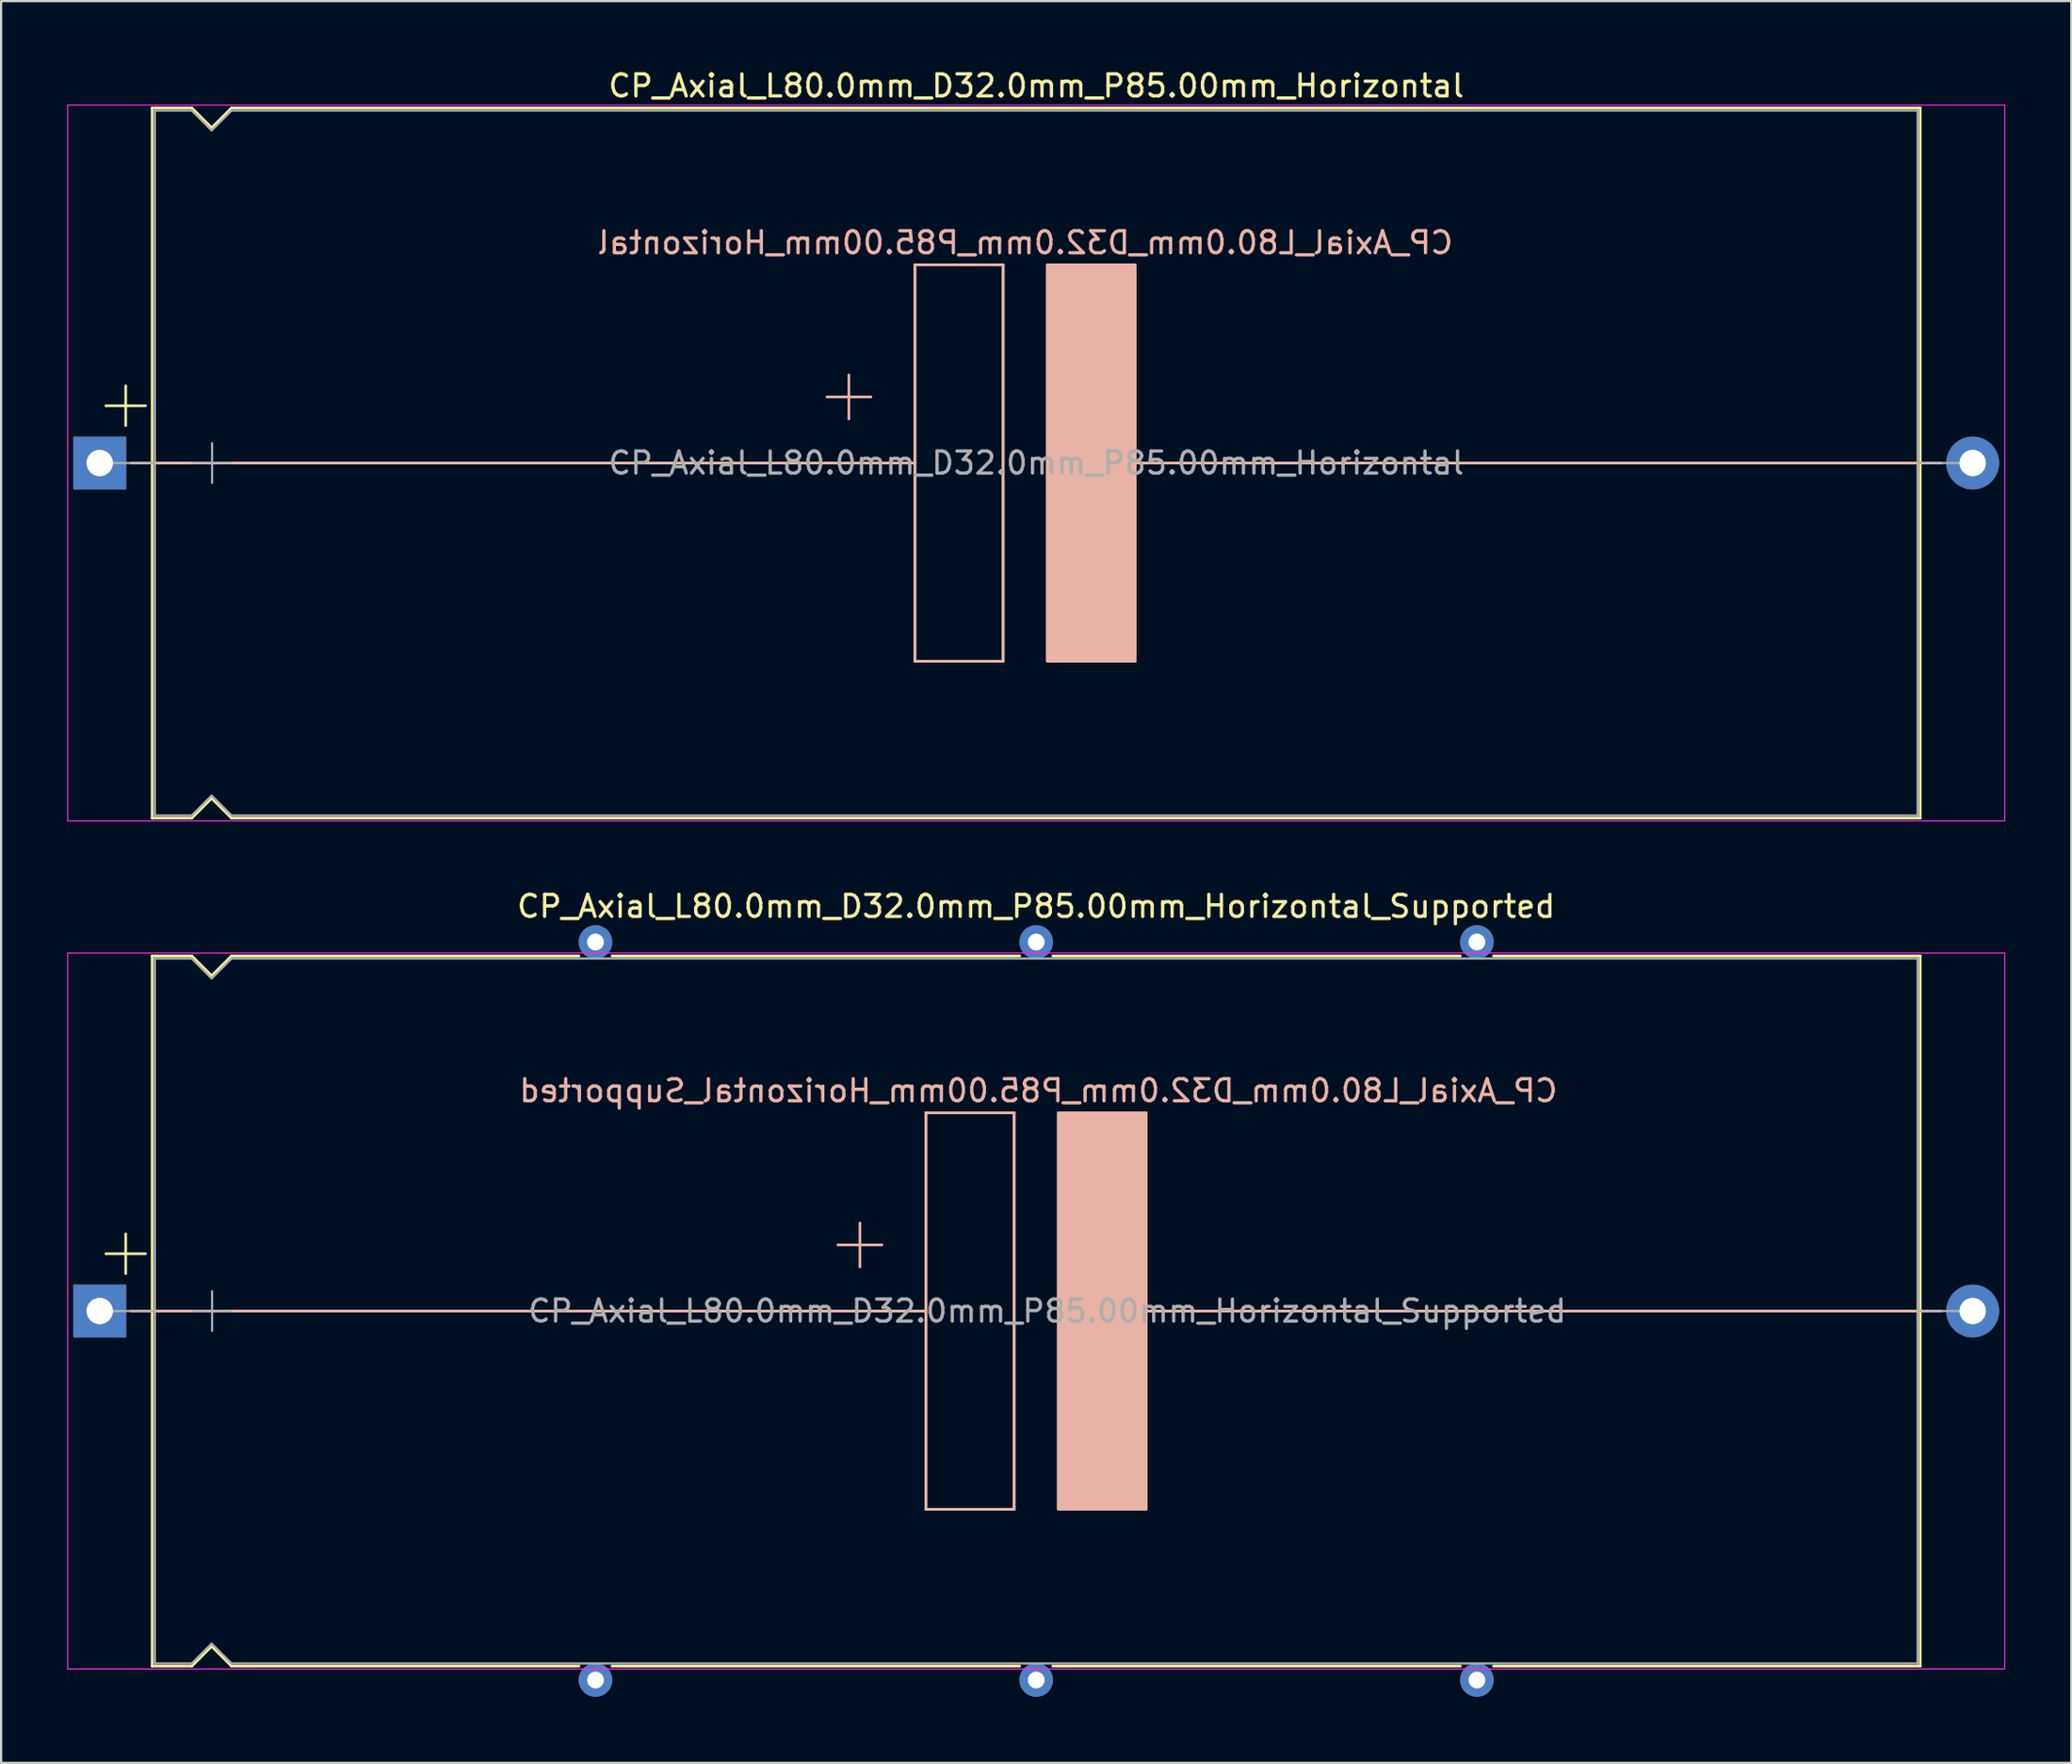
<source format=kicad_pcb>
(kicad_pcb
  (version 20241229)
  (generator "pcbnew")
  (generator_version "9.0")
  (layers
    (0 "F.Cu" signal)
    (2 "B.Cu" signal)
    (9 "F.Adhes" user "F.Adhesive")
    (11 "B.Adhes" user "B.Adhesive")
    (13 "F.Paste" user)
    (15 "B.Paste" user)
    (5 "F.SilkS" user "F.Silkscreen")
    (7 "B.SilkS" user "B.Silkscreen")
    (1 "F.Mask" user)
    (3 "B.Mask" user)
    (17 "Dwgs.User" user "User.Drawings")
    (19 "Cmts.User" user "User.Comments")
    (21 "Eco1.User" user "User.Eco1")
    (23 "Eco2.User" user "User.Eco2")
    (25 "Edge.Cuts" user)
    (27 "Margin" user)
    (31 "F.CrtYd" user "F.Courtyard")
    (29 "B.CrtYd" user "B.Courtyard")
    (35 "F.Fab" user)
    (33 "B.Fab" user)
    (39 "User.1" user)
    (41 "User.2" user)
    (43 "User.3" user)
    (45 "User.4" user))
  (footprint "CP_Axial_L80.0mm_D32.0mm_P85.00mm_Horizontal_Supported"
    (layer "F.Cu")
    (at 1.475 56.462)
    (property "Reference" "CP_Axial_L80.0mm_D32.0mm_P85.00mm_Horizontal_Supported" (at 42.5 -18.37 0) (layer "F.SilkS") (effects (font (size 1 1) (thickness 0.15))))
    (fp_line (start 0.28 -2.6) (end 2.08 -2.6) (stroke (width 0.12) (type solid)) (layer "F.SilkS"))
    (fp_line (start 1.18 -3.5) (end 1.18 -1.7) (stroke (width 0.12) (type solid)) (layer "F.SilkS"))
    (fp_line (start 1.44 0) (end 2.38 0) (stroke (width 0.12) (type solid)) (layer "F.SilkS"))
    (fp_line (start 2.38 -16.12) (end 2.38 16.12) (stroke (width 0.12) (type solid)) (layer "F.SilkS"))
    (fp_line (start 2.38 -16.12) (end 4.18 -16.12) (stroke (width 0.12) (type solid)) (layer "F.SilkS"))
    (fp_line (start 2.38 0) (end 37.5 0) (stroke (width 0.12) (type solid)) (layer "F.SilkS"))
    (fp_line (start 2.38 16.12) (end 4.18 16.12) (stroke (width 0.12) (type solid)) (layer "F.SilkS"))
    (fp_line (start 4.18 -16.12) (end 5.08 -15.22) (stroke (width 0.12) (type solid)) (layer "F.SilkS"))
    (fp_line (start 4.18 16.12) (end 5.08 15.22) (stroke (width 0.12) (type solid)) (layer "F.SilkS"))
    (fp_line (start 5.08 -15.22) (end 5.98 -16.12) (stroke (width 0.12) (type solid)) (layer "F.SilkS"))
    (fp_line (start 5.08 15.22) (end 5.98 16.12) (stroke (width 0.12) (type solid)) (layer "F.SilkS"))
    (fp_line (start 5.98 -16.12) (end 21.75 -16.12) (stroke (width 0.12) (type solid)) (layer "F.SilkS"))
    (fp_line (start 5.98 16.12) (end 21.75 16.12) (stroke (width 0.12) (type solid)) (layer "F.SilkS"))
    (fp_line (start 23.25 -16.12) (end 41.75 -16.12) (stroke (width 0.12) (type solid)) (layer "F.SilkS"))
    (fp_line (start 23.25 16.12) (end 41.75 16.12) (stroke (width 0.12) (type solid)) (layer "F.SilkS"))
    (fp_line (start 37.5 -9) (end 41.5 -9) (stroke (width 0.12) (type solid)) (layer "F.SilkS"))
    (fp_line (start 37.5 9) (end 37.5 -9) (stroke (width 0.12) (type solid)) (layer "F.SilkS"))
    (fp_line (start 41.5 -9) (end 41.5 9) (stroke (width 0.12) (type solid)) (layer "F.SilkS"))
    (fp_line (start 41.5 9) (end 37.5 9) (stroke (width 0.12) (type solid)) (layer "F.SilkS"))
    (fp_line (start 43.25 -16.12) (end 61.75 -16.12) (stroke (width 0.12) (type solid)) (layer "F.SilkS"))
    (fp_line (start 43.25 16.12) (end 61.75 16.12) (stroke (width 0.12) (type solid)) (layer "F.SilkS"))
    (fp_line (start 47 0) (end 82.62 0) (stroke (width 0.12) (type solid)) (layer "F.SilkS"))
    (fp_line (start 63.25 -16.12) (end 82.62 -16.12) (stroke (width 0.12) (type solid)) (layer "F.SilkS"))
    (fp_line (start 63.25 16.12) (end 82.62 16.12) (stroke (width 0.12) (type solid)) (layer "F.SilkS"))
    (fp_line (start 82.62 -16.12) (end 82.62 16.12) (stroke (width 0.12) (type solid)) (layer "F.SilkS"))
    (fp_line (start 83.56 0) (end 82.62 0) (stroke (width 0.12) (type solid)) (layer "F.SilkS"))
    (fp_poly (pts (xy 47.5 9) (xy 43.5 9) (xy 43.5 -9) (xy 47.5 -9)) (stroke (width 0.1) (type solid)) (fill yes) (layer "F.SilkS"))
    (fp_line (start 1.5 0) (end 9.38 0) (stroke (width 0.12) (type solid)) (layer "B.SilkS"))
    (fp_line (start 9.38 0) (end 37.5 0) (stroke (width 0.12) (type solid)) (layer "B.SilkS"))
    (fp_line (start 34.5 -2) (end 34.5 -4) (stroke (width 0.12) (type solid)) (layer "B.SilkS"))
    (fp_line (start 35.5 -3) (end 33.5 -3) (stroke (width 0.12) (type solid)) (layer "B.SilkS"))
    (fp_line (start 37.5 -9) (end 41.5 -9) (stroke (width 0.12) (type solid)) (layer "B.SilkS"))
    (fp_line (start 37.5 9) (end 37.5 -9) (stroke (width 0.12) (type solid)) (layer "B.SilkS"))
    (fp_line (start 41.5 -9) (end 41.5 9) (stroke (width 0.12) (type solid)) (layer "B.SilkS"))
    (fp_line (start 41.5 9) (end 37.5 9) (stroke (width 0.12) (type solid)) (layer "B.SilkS"))
    (fp_line (start 47.5 0) (end 76.62 0) (stroke (width 0.12) (type solid)) (layer "B.SilkS"))
    (fp_line (start 83.5 0) (end 76.62 0) (stroke (width 0.12) (type solid)) (layer "B.SilkS"))
    (fp_poly (pts (xy 47.5 9) (xy 43.5 9) (xy 43.5 -9) (xy 47.5 -9)) (stroke (width 0.1) (type solid)) (fill yes) (layer "B.SilkS"))
    (fp_line (start -1.45 -16.25) (end -1.45 16.25) (stroke (width 0.05) (type solid)) (layer "F.CrtYd"))
    (fp_line (start -1.45 16.25) (end 86.45 16.25) (stroke (width 0.05) (type solid)) (layer "F.CrtYd"))
    (fp_line (start 86.45 -16.25) (end -1.45 -16.25) (stroke (width 0.05) (type solid)) (layer "F.CrtYd"))
    (fp_line (start 86.45 16.25) (end 86.45 -16.25) (stroke (width 0.05) (type solid)) (layer "F.CrtYd"))
    (fp_line (start 0 0) (end 2.5 0) (stroke (width 0.1) (type solid)) (layer "F.Fab"))
    (fp_line (start 2.5 -16) (end 2.5 16) (stroke (width 0.1) (type solid)) (layer "F.Fab"))
    (fp_line (start 2.5 -16) (end 4.18 -16) (stroke (width 0.1) (type solid)) (layer "F.Fab"))
    (fp_line (start 2.5 16) (end 4.18 16) (stroke (width 0.1) (type solid)) (layer "F.Fab"))
    (fp_line (start 4.18 -16) (end 5.08 -15.1) (stroke (width 0.1) (type solid)) (layer "F.Fab"))
    (fp_line (start 4.18 16) (end 5.08 15.1) (stroke (width 0.1) (type solid)) (layer "F.Fab"))
    (fp_line (start 4.2 0) (end 6 0) (stroke (width 0.1) (type solid)) (layer "F.Fab"))
    (fp_line (start 5.08 -15.1) (end 5.98 -16) (stroke (width 0.1) (type solid)) (layer "F.Fab"))
    (fp_line (start 5.08 15.1) (end 5.98 16) (stroke (width 0.1) (type solid)) (layer "F.Fab"))
    (fp_line (start 5.1 -0.9) (end 5.1 0.9) (stroke (width 0.1) (type solid)) (layer "F.Fab"))
    (fp_line (start 5.98 -16) (end 82.5 -16) (stroke (width 0.1) (type solid)) (layer "F.Fab"))
    (fp_line (start 5.98 16) (end 82.5 16) (stroke (width 0.1) (type solid)) (layer "F.Fab"))
    (fp_line (start 82.5 -16) (end 82.5 16) (stroke (width 0.1) (type solid)) (layer "F.Fab"))
    (fp_line (start 85 0) (end 82.5 0) (stroke (width 0.1) (type solid)) (layer "F.Fab"))
    (fp_text user "${REFERENCE}" (at 42.6 -10 0) (layer "B.SilkS") (effects (font (size 1 1) (thickness 0.15)) (justify mirror)))
    (fp_text user "${REFERENCE}" (at 43 0 0) (layer "F.Fab") (effects (font (size 1 1) (thickness 0.15))))
    (pad "" thru_hole circle (at 22.5 -16.75) (size 1.524 1.524) (drill 0.762) (layers "*.Cu" "*.Mask"))
    (pad "" thru_hole circle (at 22.5 16.75) (size 1.524 1.524) (drill 0.762) (layers "*.Cu" "*.Mask"))
    (pad "" thru_hole circle (at 42.5 -16.75) (size 1.524 1.524) (drill 0.762) (layers "*.Cu" "*.Mask"))
    (pad "" thru_hole circle (at 42.5 16.75) (size 1.524 1.524) (drill 0.762) (layers "*.Cu" "*.Mask"))
    (pad "" thru_hole circle (at 62.5 -16.75) (size 1.524 1.524) (drill 0.762) (layers "*.Cu" "*.Mask"))
    (pad "" thru_hole circle (at 62.5 16.75) (size 1.524 1.524) (drill 0.762) (layers "*.Cu" "*.Mask"))
    (pad "1" thru_hole rect (at 0 0) (size 2.4 2.4) (drill 1.2) (layers "*.Cu" "*.Mask"))
    (pad "2" thru_hole oval (at 85 0) (size 2.4 2.4) (drill 1.2) (layers "*.Cu" "*.Mask")))
  (footprint "CP_Axial_L80.0mm_D32.0mm_P85.00mm_Horizontal"
    (layer "F.Cu")
    (at 1.475 17.968)
    (property "Reference" "CP_Axial_L80.0mm_D32.0mm_P85.00mm_Horizontal" (at 42.5 -17.12 0) (layer "F.SilkS") (effects (font (size 1 1) (thickness 0.15))))
    (fp_line (start 0.28 -2.6) (end 2.08 -2.6) (stroke (width 0.12) (type solid)) (layer "F.SilkS"))
    (fp_line (start 1.18 -3.5) (end 1.18 -1.7) (stroke (width 0.12) (type solid)) (layer "F.SilkS"))
    (fp_line (start 1.44 0) (end 2.38 0) (stroke (width 0.12) (type solid)) (layer "F.SilkS"))
    (fp_line (start 2.38 -16.12) (end 2.38 16.12) (stroke (width 0.12) (type solid)) (layer "F.SilkS"))
    (fp_line (start 2.38 -16.12) (end 4.18 -16.12) (stroke (width 0.12) (type solid)) (layer "F.SilkS"))
    (fp_line (start 2.38 0) (end 37 0) (stroke (width 0.12) (type solid)) (layer "F.SilkS"))
    (fp_line (start 2.38 16.12) (end 4.18 16.12) (stroke (width 0.12) (type solid)) (layer "F.SilkS"))
    (fp_line (start 4.18 -16.12) (end 5.08 -15.22) (stroke (width 0.12) (type solid)) (layer "F.SilkS"))
    (fp_line (start 4.18 16.12) (end 5.08 15.22) (stroke (width 0.12) (type solid)) (layer "F.SilkS"))
    (fp_line (start 5.08 -15.22) (end 5.98 -16.12) (stroke (width 0.12) (type solid)) (layer "F.SilkS"))
    (fp_line (start 5.08 15.22) (end 5.98 16.12) (stroke (width 0.12) (type solid)) (layer "F.SilkS"))
    (fp_line (start 5.98 -16.12) (end 82.62 -16.12) (stroke (width 0.12) (type solid)) (layer "F.SilkS"))
    (fp_line (start 5.98 16.12) (end 82.62 16.12) (stroke (width 0.12) (type solid)) (layer "F.SilkS"))
    (fp_line (start 37 -9) (end 41 -9) (stroke (width 0.12) (type solid)) (layer "F.SilkS"))
    (fp_line (start 37 9) (end 37 -9) (stroke (width 0.12) (type solid)) (layer "F.SilkS"))
    (fp_line (start 41 -9) (end 41 9) (stroke (width 0.12) (type solid)) (layer "F.SilkS"))
    (fp_line (start 41 9) (end 37 9) (stroke (width 0.12) (type solid)) (layer "F.SilkS"))
    (fp_line (start 47 0) (end 82.62 0) (stroke (width 0.12) (type solid)) (layer "F.SilkS"))
    (fp_line (start 82.62 -16.12) (end 82.62 16.12) (stroke (width 0.12) (type solid)) (layer "F.SilkS"))
    (fp_line (start 83.56 0) (end 82.62 0) (stroke (width 0.12) (type solid)) (layer "F.SilkS"))
    (fp_poly (pts (xy 47 9) (xy 43 9) (xy 43 -9) (xy 47 -9)) (stroke (width 0.1) (type solid)) (fill yes) (layer "F.SilkS"))
    (fp_line (start 1.5 0) (end 8.88 0) (stroke (width 0.12) (type solid)) (layer "B.SilkS"))
    (fp_line (start 8.88 0) (end 37 0) (stroke (width 0.12) (type solid)) (layer "B.SilkS"))
    (fp_line (start 34 -2) (end 34 -4) (stroke (width 0.12) (type solid)) (layer "B.SilkS"))
    (fp_line (start 35 -3) (end 33 -3) (stroke (width 0.12) (type solid)) (layer "B.SilkS"))
    (fp_line (start 37 -9) (end 41 -9) (stroke (width 0.12) (type solid)) (layer "B.SilkS"))
    (fp_line (start 37 9) (end 37 -9) (stroke (width 0.12) (type solid)) (layer "B.SilkS"))
    (fp_line (start 41 -9) (end 41 9) (stroke (width 0.12) (type solid)) (layer "B.SilkS"))
    (fp_line (start 41 9) (end 37 9) (stroke (width 0.12) (type solid)) (layer "B.SilkS"))
    (fp_line (start 47 0) (end 76.12 0) (stroke (width 0.12) (type solid)) (layer "B.SilkS"))
    (fp_line (start 83.5 0) (end 76.12 0) (stroke (width 0.12) (type solid)) (layer "B.SilkS"))
    (fp_poly (pts (xy 47 9) (xy 43 9) (xy 43 -9) (xy 47 -9)) (stroke (width 0.1) (type solid)) (fill yes) (layer "B.SilkS"))
    (fp_line (start -1.45 -16.25) (end -1.45 16.25) (stroke (width 0.05) (type solid)) (layer "F.CrtYd"))
    (fp_line (start -1.45 16.25) (end 86.45 16.25) (stroke (width 0.05) (type solid)) (layer "F.CrtYd"))
    (fp_line (start 86.45 -16.25) (end -1.45 -16.25) (stroke (width 0.05) (type solid)) (layer "F.CrtYd"))
    (fp_line (start 86.45 16.25) (end 86.45 -16.25) (stroke (width 0.05) (type solid)) (layer "F.CrtYd"))
    (fp_line (start 0 0) (end 2.5 0) (stroke (width 0.1) (type solid)) (layer "F.Fab"))
    (fp_line (start 2.5 -16) (end 2.5 16) (stroke (width 0.1) (type solid)) (layer "F.Fab"))
    (fp_line (start 2.5 -16) (end 4.18 -16) (stroke (width 0.1) (type solid)) (layer "F.Fab"))
    (fp_line (start 2.5 16) (end 4.18 16) (stroke (width 0.1) (type solid)) (layer "F.Fab"))
    (fp_line (start 4.18 -16) (end 5.08 -15.1) (stroke (width 0.1) (type solid)) (layer "F.Fab"))
    (fp_line (start 4.18 16) (end 5.08 15.1) (stroke (width 0.1) (type solid)) (layer "F.Fab"))
    (fp_line (start 4.2 0) (end 6 0) (stroke (width 0.1) (type solid)) (layer "F.Fab"))
    (fp_line (start 5.08 -15.1) (end 5.98 -16) (stroke (width 0.1) (type solid)) (layer "F.Fab"))
    (fp_line (start 5.08 15.1) (end 5.98 16) (stroke (width 0.1) (type solid)) (layer "F.Fab"))
    (fp_line (start 5.1 -0.9) (end 5.1 0.9) (stroke (width 0.1) (type solid)) (layer "F.Fab"))
    (fp_line (start 5.98 -16) (end 82.5 -16) (stroke (width 0.1) (type solid)) (layer "F.Fab"))
    (fp_line (start 5.98 16) (end 82.5 16) (stroke (width 0.1) (type solid)) (layer "F.Fab"))
    (fp_line (start 82.5 -16) (end 82.5 16) (stroke (width 0.1) (type solid)) (layer "F.Fab"))
    (fp_line (start 85 0) (end 82.5 0) (stroke (width 0.1) (type solid)) (layer "F.Fab"))
    (fp_text user "${REFERENCE}" (at 42 -10 0) (layer "B.SilkS") (effects (font (size 1 1) (thickness 0.15)) (justify mirror)))
    (fp_text user "${REFERENCE}" (at 42.5 0 0) (layer "F.Fab") (effects (font (size 1 1) (thickness 0.15))))
    (pad "1" thru_hole rect (at 0 0) (size 2.4 2.4) (drill 1.2) (layers "*.Cu" "*.Mask"))
    (pad "2" thru_hole oval (at 85 0) (size 2.4 2.4) (drill 1.2) (layers "*.Cu" "*.Mask")))
  (gr_rect
    (start -3 -3)
    (end 90.95 76.974)
    (stroke (width 0.1) (type default))
    (fill no)
    (layer "Edge.Cuts")))
</source>
